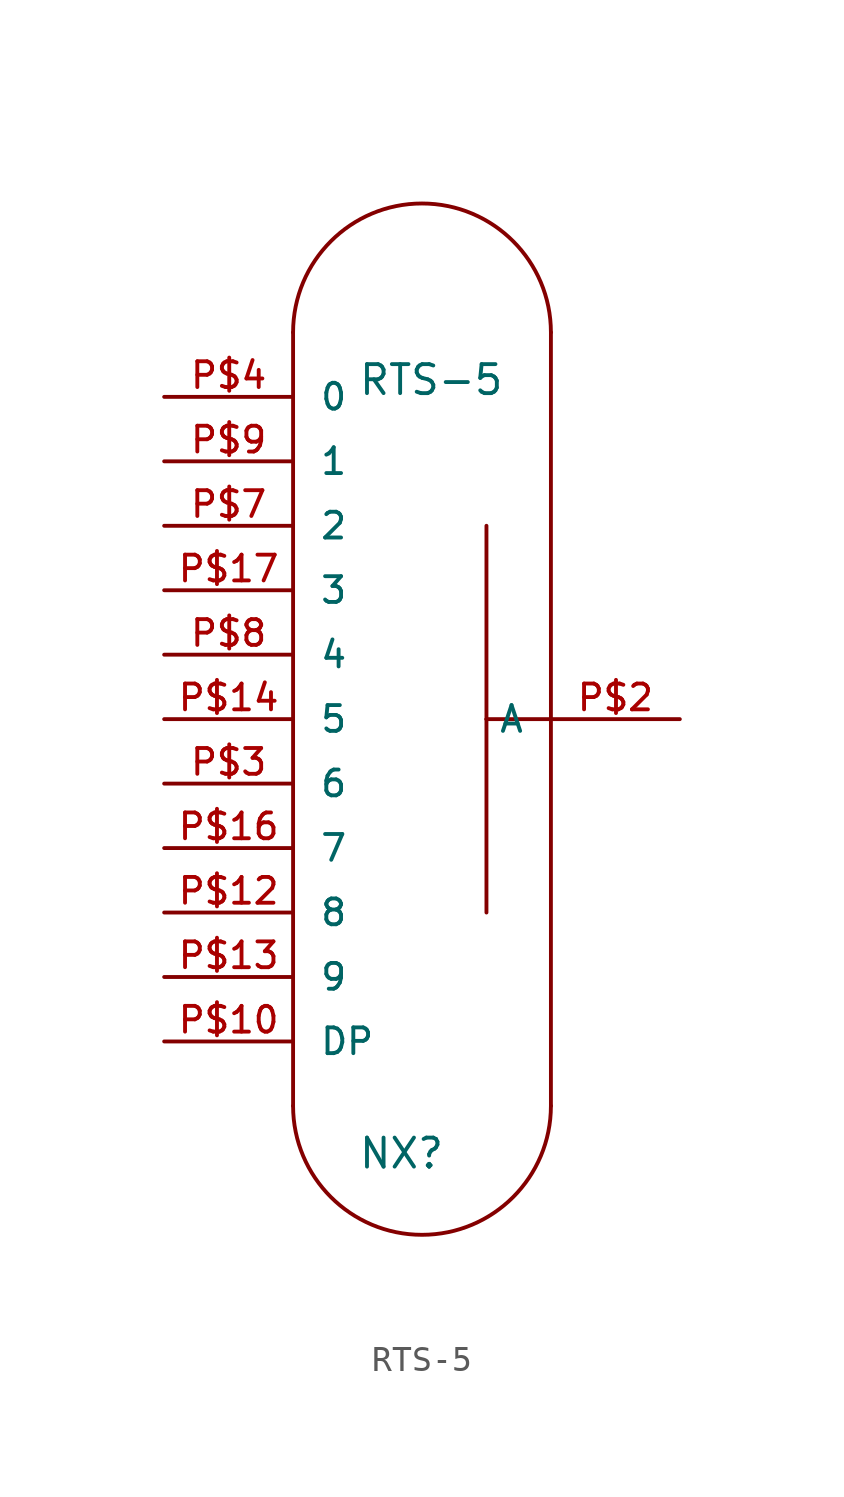
<source format=kicad_sym>
(kicad_symbol_lib
  (version 20220914)
  (generator kicad_symbol_editor)
  (symbol "RTS-5"
    (pin_names
      (offset 1.016))
    (property "Reference" "NX"
      (at -2.54 -15.24 0)
      (effects (font (size 1.143 1.143)) (justify left bottom)))
    (property "Value" "RTS-5"
      (at -2.54 15.24 0)
      (effects (font (size 1.143 1.143)) (justify left bottom)))
    (property "ki_locked" ""
      (at 0 0 0)
      (effects (font (size 1.27 1.27))))
    (symbol "RTS-5_1_0"
      (polyline (pts (xy -5.08 17.78) (xy -5.08 -12.7)) (stroke (width 0) (type solid)) (fill (type none)))
      (polyline (pts (xy 2.54 -5.08) (xy 2.54 2.54)) (stroke (width 0) (type solid)) (fill (type none)))
      (polyline (pts (xy 2.54 2.54) (xy 2.54 10.16)) (stroke (width 0) (type solid)) (fill (type none)))
      (polyline (pts (xy 5.08 2.54) (xy 2.54 2.54)) (stroke (width 0) (type solid)) (fill (type none)))
      (polyline (pts (xy 5.08 2.54) (xy 5.08 -12.7)) (stroke (width 0) (type solid)) (fill (type none)))
      (polyline (pts (xy 5.08 17.78) (xy 5.08 2.54)) (stroke (width 0) (type solid)) (fill (type none))))
    (symbol "RTS-5_1_1"
      (arc (start -5.08 -12.7) (mid 0 -17.7579) (end 5.08 -12.7) (stroke (width 0) (type solid)) (fill (type none)))
      (arc (start 5.08 17.78) (mid 0 22.8379) (end -5.08 17.78) (stroke (width 0) (type solid)) (fill (type none)))
      (pin passive line (at -10.16 -10.16 0) (length 5.08) (name "DP" (effects (font (size 1.016 1.016)))) (number "P$10" (effects (font (size 1.016 1.016)))))
      (pin passive line (at -10.16 -5.08 0) (length 5.08) (name "8" (effects (font (size 1.016 1.016)))) (number "P$12" (effects (font (size 1.016 1.016)))))
      (pin passive line (at -10.16 -7.62 0) (length 5.08) (name "9" (effects (font (size 1.016 1.016)))) (number "P$13" (effects (font (size 1.016 1.016)))))
      (pin passive line (at -10.16 2.54 0) (length 5.08) (name "5" (effects (font (size 1.016 1.016)))) (number "P$14" (effects (font (size 1.016 1.016)))))
      (pin passive line (at -10.16 -2.54 0) (length 5.08) (name "7" (effects (font (size 1.016 1.016)))) (number "P$16" (effects (font (size 1.016 1.016)))))
      (pin passive line (at -10.16 7.62 0) (length 5.08) (name "3" (effects (font (size 1.016 1.016)))) (number "P$17" (effects (font (size 1.016 1.016)))))
      (pin passive line (at 10.16 2.54 180) (length 5.08) (name "A" (effects (font (size 1.016 1.016)))) (number "P$2" (effects (font (size 1.016 1.016)))))
      (pin passive line (at -10.16 0 0) (length 5.08) (name "6" (effects (font (size 1.016 1.016)))) (number "P$3" (effects (font (size 1.016 1.016)))))
      (pin passive line (at -10.16 15.24 0) (length 5.08) (name "0" (effects (font (size 1.016 1.016)))) (number "P$4" (effects (font (size 1.016 1.016)))))
      (pin passive line (at -10.16 10.16 0) (length 5.08) (name "2" (effects (font (size 1.016 1.016)))) (number "P$7" (effects (font (size 1.016 1.016)))))
      (pin passive line (at -10.16 5.08 0) (length 5.08) (name "4" (effects (font (size 1.016 1.016)))) (number "P$8" (effects (font (size 1.016 1.016)))))
      (pin passive line (at -10.16 12.7 0) (length 5.08) (name "1" (effects (font (size 1.016 1.016)))) (number "P$9" (effects (font (size 1.016 1.016))))))))
</source>
